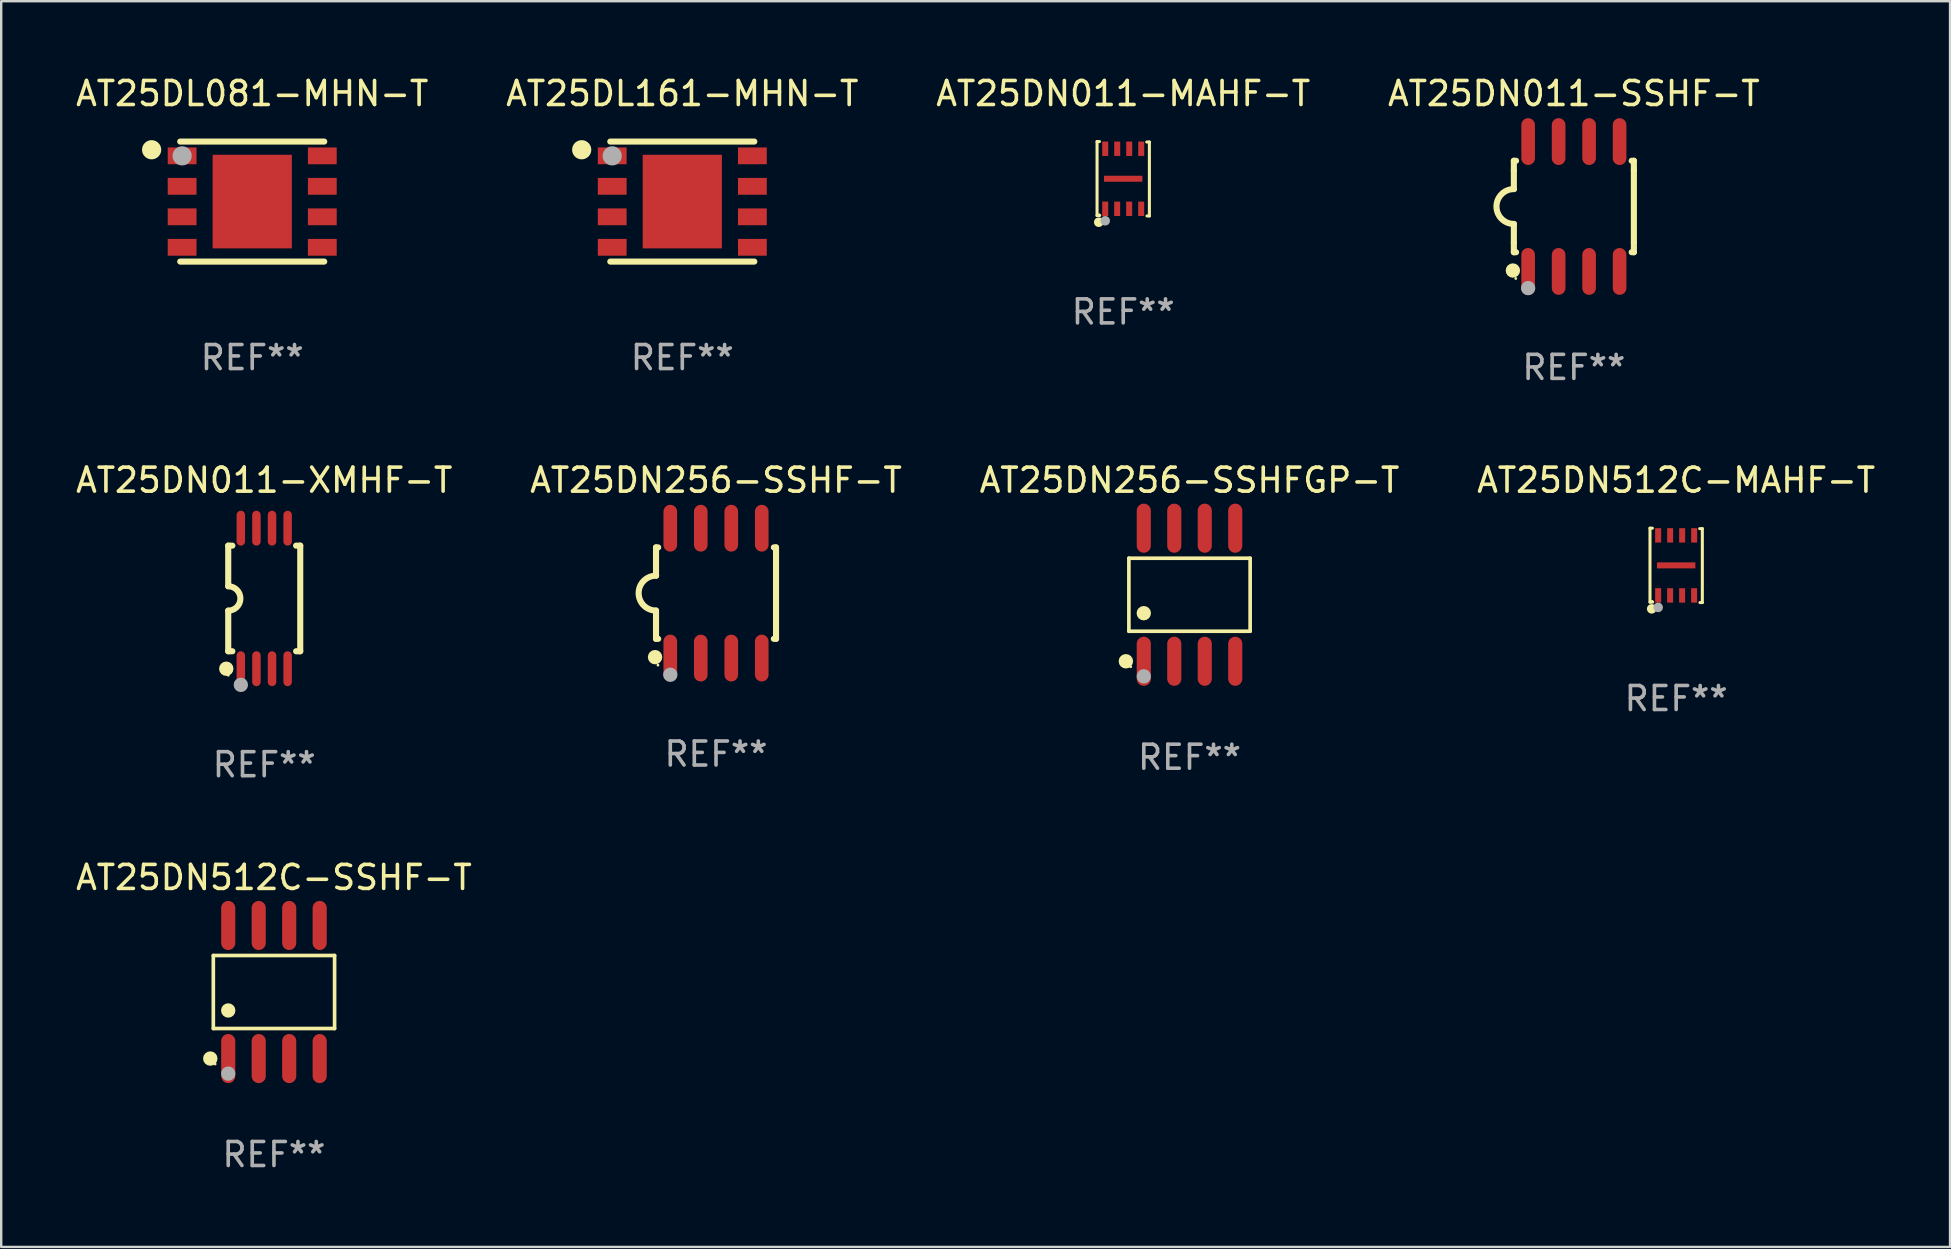
<source format=kicad_pcb>
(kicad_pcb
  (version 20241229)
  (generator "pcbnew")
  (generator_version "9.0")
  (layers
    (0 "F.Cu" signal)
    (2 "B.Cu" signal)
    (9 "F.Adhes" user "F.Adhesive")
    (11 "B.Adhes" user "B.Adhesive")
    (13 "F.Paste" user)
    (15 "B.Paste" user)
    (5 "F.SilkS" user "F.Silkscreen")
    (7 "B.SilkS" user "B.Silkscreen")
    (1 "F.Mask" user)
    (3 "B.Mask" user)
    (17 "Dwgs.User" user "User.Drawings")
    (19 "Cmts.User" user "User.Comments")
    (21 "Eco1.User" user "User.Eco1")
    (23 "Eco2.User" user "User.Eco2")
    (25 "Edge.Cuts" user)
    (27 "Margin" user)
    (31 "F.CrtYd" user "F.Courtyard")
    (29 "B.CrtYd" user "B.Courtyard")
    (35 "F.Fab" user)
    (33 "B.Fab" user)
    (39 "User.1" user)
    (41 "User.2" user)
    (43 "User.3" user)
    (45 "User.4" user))
  (footprint "AT25DN256-SSHFGP-T"
    (layer "F.Cu")
    (at 46.506 21.727)
    (property "Reference" "AT25DN256-SSHFGP-T" (at 0 -4.772 0) (layer "F.SilkS") (effects (font (size 1 1) (thickness 0.15))))
    (attr through_hole)
    (fp_line (start -2.526 -1.521) (end 2.526 -1.521) (stroke (width 0.152) (type solid)) (layer "F.SilkS"))
    (fp_line (start -2.526 1.521) (end -2.526 -1.521) (stroke (width 0.152) (type solid)) (layer "F.SilkS"))
    (fp_line (start 2.526 -1.521) (end 2.526 1.521) (stroke (width 0.152) (type solid)) (layer "F.SilkS"))
    (fp_line (start 2.526 1.521) (end -2.526 1.521) (stroke (width 0.152) (type solid)) (layer "F.SilkS"))
    (fp_circle (center -2.652 2.772) (end -2.501 2.772) (stroke (width 0.3) (type solid)) (fill no) (layer "F.SilkS"))
    (fp_circle (center -2.45 3) (end -2.42 3) (stroke (width 0.06) (type solid)) (fill no) (layer "F.SilkS"))
    (fp_circle (center -1.905 0.769) (end -1.755 0.769) (stroke (width 0.3) (type solid)) (fill no) (layer "F.SilkS"))
    (fp_circle (center -1.905 3.4) (end -1.755 3.4) (stroke (width 0.3) (type solid)) (fill no) (layer "F.Fab"))
    (fp_text user "REF**" (at 0 6.772 0) (layer "F.Fab") (effects (font (size 1 1) (thickness 0.15))))
    (pad "1" smd oval (at -1.905 2.772) (size 0.588 2.045) (layers "F.Cu" "F.Mask" "F.Paste"))
    (pad "2" smd oval (at -0.635 2.772) (size 0.588 2.045) (layers "F.Cu" "F.Mask" "F.Paste"))
    (pad "3" smd oval (at 0.635 2.772) (size 0.588 2.045) (layers "F.Cu" "F.Mask" "F.Paste"))
    (pad "4" smd oval (at 1.905 2.772) (size 0.588 2.045) (layers "F.Cu" "F.Mask" "F.Paste"))
    (pad "5" smd oval (at 1.905 -2.772) (size 0.588 2.045) (layers "F.Cu" "F.Mask" "F.Paste"))
    (pad "6" smd oval (at 0.635 -2.772) (size 0.588 2.045) (layers "F.Cu" "F.Mask" "F.Paste"))
    (pad "7" smd oval (at -0.635 -2.772) (size 0.588 2.045) (layers "F.Cu" "F.Mask" "F.Paste"))
    (pad "8" smd oval (at -1.905 -2.772) (size 0.588 2.045) (layers "F.Cu" "F.Mask" "F.Paste")))
  (footprint "AT25DN256-SSHF-T"
    (layer "F.Cu")
    (at 26.78 21.66)
    (property "Reference" "AT25DN256-SSHF-T" (at 0 -4.705 0) (layer "F.SilkS") (effects (font (size 1 1) (thickness 0.15))))
    (attr through_hole)
    (fp_line (start -2.5 -1.905) (end -2.409 -1.905) (stroke (width 0.254) (type solid)) (layer "F.SilkS"))
    (fp_line (start -2.5 -1.5) (end -2.5 -1.905) (stroke (width 0.254) (type solid)) (layer "F.SilkS"))
    (fp_line (start -2.5 -1.5) (end -2.5 -0.726) (stroke (width 0.254) (type solid)) (layer "F.SilkS"))
    (fp_line (start -2.5 1.5) (end -2.5 0.727) (stroke (width 0.254) (type solid)) (layer "F.SilkS"))
    (fp_line (start -2.5 1.5) (end -2.5 1.905) (stroke (width 0.254) (type solid)) (layer "F.SilkS"))
    (fp_line (start -2.5 1.905) (end -2.409 1.905) (stroke (width 0.254) (type solid)) (layer "F.SilkS"))
    (fp_line (start 2.5 -1.905) (end 2.409 -1.905) (stroke (width 0.254) (type solid)) (layer "F.SilkS"))
    (fp_line (start 2.5 -1.5) (end 2.5 -1.905) (stroke (width 0.254) (type solid)) (layer "F.SilkS"))
    (fp_line (start 2.5 -1.5) (end 2.5 1.5) (stroke (width 0.254) (type solid)) (layer "F.SilkS"))
    (fp_line (start 2.5 1.5) (end 2.5 1.905) (stroke (width 0.254) (type solid)) (layer "F.SilkS"))
    (fp_line (start 2.5 1.905) (end 2.409 1.905) (stroke (width 0.254) (type solid)) (layer "F.SilkS"))
    (fp_arc (start -2.5 0.726568) (mid -3.220316 -0.0023) (end -2.495097 -0.726289) (stroke (width 0.254001) (type solid)) (layer "F.SilkS"))
    (fp_circle (center -2.54 2.667) (end -2.39 2.667) (stroke (width 0.3) (type solid)) (fill no) (layer "F.SilkS"))
    (fp_circle (center -2.42 3) (end -2.39 3) (stroke (width 0.06) (type solid)) (fill no) (layer "F.SilkS"))
    (fp_circle (center -1.905 3.4) (end -1.755 3.4) (stroke (width 0.3) (type solid)) (fill no) (layer "F.Fab"))
    (fp_text user "REF**" (at 0 6.705 0) (layer "F.Fab") (effects (font (size 1 1) (thickness 0.15))))
    (pad "1" smd oval (at -1.905 2.705) (size 0.568 1.95) (layers "F.Cu" "F.Mask" "F.Paste"))
    (pad "2" smd oval (at -0.635 2.705) (size 0.568 1.95) (layers "F.Cu" "F.Mask" "F.Paste"))
    (pad "3" smd oval (at 0.635 2.705) (size 0.568 1.95) (layers "F.Cu" "F.Mask" "F.Paste"))
    (pad "4" smd oval (at 1.905 2.705) (size 0.568 1.95) (layers "F.Cu" "F.Mask" "F.Paste"))
    (pad "5" smd oval (at 1.905 -2.705) (size 0.568 1.95) (layers "F.Cu" "F.Mask" "F.Paste"))
    (pad "6" smd oval (at 0.635 -2.705) (size 0.568 1.95) (layers "F.Cu" "F.Mask" "F.Paste"))
    (pad "7" smd oval (at -0.635 -2.705) (size 0.568 1.95) (layers "F.Cu" "F.Mask" "F.Paste"))
    (pad "8" smd oval (at -1.905 -2.705) (size 0.568 1.95) (layers "F.Cu" "F.Mask" "F.Paste")))
  (footprint "AT25DN011-XMHF-T"
    (layer "F.Cu")
    (at 7.958 21.882)
    (property "Reference" "AT25DN011-XMHF-T" (at 0 -4.927 0) (layer "F.SilkS") (effects (font (size 1 1) (thickness 0.15))))
    (attr through_hole)
    (fp_line (start -1.5 -2.2) (end -1.5 -0.508) (stroke (width 0.254) (type solid)) (layer "F.SilkS"))
    (fp_line (start -1.5 -2.2) (end -1.328 -2.2) (stroke (width 0.254) (type solid)) (layer "F.SilkS"))
    (fp_line (start -1.5 2.2) (end -1.5 0.508) (stroke (width 0.254) (type solid)) (layer "F.SilkS"))
    (fp_line (start -1.5 2.2) (end -1.328 2.2) (stroke (width 0.254) (type solid)) (layer "F.SilkS"))
    (fp_line (start 1.328 -2.2) (end 1.5 -2.2) (stroke (width 0.254) (type solid)) (layer "F.SilkS"))
    (fp_line (start 1.328 2.2) (end 1.5 2.2) (stroke (width 0.254) (type solid)) (layer "F.SilkS"))
    (fp_line (start 1.5 -2.2) (end 1.5 2.2) (stroke (width 0.254) (type solid)) (layer "F.SilkS"))
    (fp_arc (start -1.501144 -0.508) (mid -0.993143 -0.000571) (end -1.5 0.508001) (stroke (width 0.254001) (type solid)) (layer "F.SilkS"))
    (fp_circle (center -1.581 2.927) (end -1.431 2.927) (stroke (width 0.3) (type solid)) (fill no) (layer "F.SilkS"))
    (fp_circle (center -1.5 3.2) (end -1.47 3.2) (stroke (width 0.06) (type solid)) (fill no) (layer "F.SilkS"))
    (fp_circle (center -0.975 3.6) (end -0.825 3.6) (stroke (width 0.3) (type solid)) (fill no) (layer "F.Fab"))
    (fp_text user "REF**" (at 0 6.927 0) (layer "F.Fab") (effects (font (size 1 1) (thickness 0.15))))
    (pad "1" smd oval (at -0.975 2.927) (size 0.353 1.454) (layers "F.Cu" "F.Mask" "F.Paste"))
    (pad "2" smd oval (at -0.325 2.927) (size 0.353 1.454) (layers "F.Cu" "F.Mask" "F.Paste"))
    (pad "3" smd oval (at 0.325 2.927) (size 0.353 1.454) (layers "F.Cu" "F.Mask" "F.Paste"))
    (pad "4" smd oval (at 0.975 2.927) (size 0.353 1.454) (layers "F.Cu" "F.Mask" "F.Paste"))
    (pad "5" smd oval (at 0.975 -2.927) (size 0.353 1.454) (layers "F.Cu" "F.Mask" "F.Paste"))
    (pad "6" smd oval (at 0.325 -2.927) (size 0.353 1.454) (layers "F.Cu" "F.Mask" "F.Paste"))
    (pad "7" smd oval (at -0.325 -2.927) (size 0.353 1.454) (layers "F.Cu" "F.Mask" "F.Paste"))
    (pad "8" smd oval (at -0.975 -2.927) (size 0.353 1.454) (layers "F.Cu" "F.Mask" "F.Paste")))
  (footprint "AT25DL081-MHN-T"
    (layer "F.Cu")
    (at 7.458 5.348)
    (property "Reference" "AT25DL081-MHN-T" (at 0 -4.5 0) (layer "F.SilkS") (effects (font (size 1 1) (thickness 0.15))))
    (attr through_hole)
    (fp_line (start 3 -2.5) (end -3 -2.5) (stroke (width 0.254) (type solid)) (layer "F.SilkS"))
    (fp_line (start 3 2.5) (end -3 2.5) (stroke (width 0.254) (type solid)) (layer "F.SilkS"))
    (fp_circle (center -4.191 -2.159) (end -3.991 -2.159) (stroke (width 0.4) (type solid)) (fill no) (layer "F.SilkS"))
    (fp_circle (center -3 -2.5) (end -2.97 -2.5) (stroke (width 0.06) (type solid)) (fill no) (layer "F.SilkS"))
    (fp_circle (center -2.92 -1.905) (end -2.72 -1.905) (stroke (width 0.4) (type solid)) (fill no) (layer "F.Fab"))
    (fp_text user "REF**" (at 0 6.5 0) (layer "F.Fab") (effects (font (size 1 1) (thickness 0.15))))
    (pad "1" smd rect (at -2.92 -1.905) (size 1.2 0.7) (layers "F.Cu" "F.Mask" "F.Paste"))
    (pad "2" smd rect (at -2.92 -0.635) (size 1.2 0.7) (layers "F.Cu" "F.Mask" "F.Paste"))
    (pad "3" smd rect (at -2.92 0.635) (size 1.2 0.7) (layers "F.Cu" "F.Mask" "F.Paste"))
    (pad "4" smd rect (at -2.92 1.905) (size 1.2 0.7) (layers "F.Cu" "F.Mask" "F.Paste"))
    (pad "5" smd rect (at 2.92 1.905) (size 1.2 0.7) (layers "F.Cu" "F.Mask" "F.Paste"))
    (pad "6" smd rect (at 2.92 0.635) (size 1.2 0.7) (layers "F.Cu" "F.Mask" "F.Paste"))
    (pad "7" smd rect (at 2.92 -0.635) (size 1.2 0.7) (layers "F.Cu" "F.Mask" "F.Paste"))
    (pad "8" smd rect (at 2.92 -1.905) (size 1.2 0.7) (layers "F.Cu" "F.Mask" "F.Paste"))
    (pad "9" smd rect (at 0 0) (size 3.3 3.9) (layers "F.Cu" "F.Mask" "F.Paste")))
  (footprint "AT25DN512C-SSHF-T"
    (layer "F.Cu")
    (at 8.363 38.278)
    (property "Reference" "AT25DN512C-SSHF-T" (at 0 -4.772 0) (layer "F.SilkS") (effects (font (size 1 1) (thickness 0.15))))
    (attr through_hole)
    (fp_line (start -2.526 -1.521) (end 2.526 -1.521) (stroke (width 0.152) (type solid)) (layer "F.SilkS"))
    (fp_line (start -2.526 1.521) (end -2.526 -1.521) (stroke (width 0.152) (type solid)) (layer "F.SilkS"))
    (fp_line (start 2.526 -1.521) (end 2.526 1.521) (stroke (width 0.152) (type solid)) (layer "F.SilkS"))
    (fp_line (start 2.526 1.521) (end -2.526 1.521) (stroke (width 0.152) (type solid)) (layer "F.SilkS"))
    (fp_circle (center -2.652 2.772) (end -2.501 2.772) (stroke (width 0.3) (type solid)) (fill no) (layer "F.SilkS"))
    (fp_circle (center -2.45 3) (end -2.42 3) (stroke (width 0.06) (type solid)) (fill no) (layer "F.SilkS"))
    (fp_circle (center -1.905 0.769) (end -1.755 0.769) (stroke (width 0.3) (type solid)) (fill no) (layer "F.SilkS"))
    (fp_circle (center -1.905 3.4) (end -1.755 3.4) (stroke (width 0.3) (type solid)) (fill no) (layer "F.Fab"))
    (fp_text user "REF**" (at 0 6.772 0) (layer "F.Fab") (effects (font (size 1 1) (thickness 0.15))))
    (pad "1" smd oval (at -1.905 2.772) (size 0.588 2.045) (layers "F.Cu" "F.Mask" "F.Paste"))
    (pad "2" smd oval (at -0.635 2.772) (size 0.588 2.045) (layers "F.Cu" "F.Mask" "F.Paste"))
    (pad "3" smd oval (at 0.635 2.772) (size 0.588 2.045) (layers "F.Cu" "F.Mask" "F.Paste"))
    (pad "4" smd oval (at 1.905 2.772) (size 0.588 2.045) (layers "F.Cu" "F.Mask" "F.Paste"))
    (pad "5" smd oval (at 1.905 -2.772) (size 0.588 2.045) (layers "F.Cu" "F.Mask" "F.Paste"))
    (pad "6" smd oval (at 0.635 -2.772) (size 0.588 2.045) (layers "F.Cu" "F.Mask" "F.Paste"))
    (pad "7" smd oval (at -0.635 -2.772) (size 0.588 2.045) (layers "F.Cu" "F.Mask" "F.Paste"))
    (pad "8" smd oval (at -1.905 -2.772) (size 0.588 2.045) (layers "F.Cu" "F.Mask" "F.Paste")))
  (footprint "AT25DN512C-MAHF-T"
    (layer "F.Cu")
    (at 66.78 20.504)
    (property "Reference" "AT25DN512C-MAHF-T" (at 0 -3.549 0) (layer "F.SilkS") (effects (font (size 1 1) (thickness 0.15))))
    (attr through_hole)
    (fp_line (start -1.09 -1.549) (end -1.09 1.531) (stroke (width 0.127) (type solid)) (layer "F.SilkS"))
    (fp_line (start -1.09 1.531) (end -0.98 1.531) (stroke (width 0.127) (type solid)) (layer "F.SilkS"))
    (fp_line (start -0.99 -1.549) (end -1.09 -1.549) (stroke (width 0.127) (type solid)) (layer "F.SilkS"))
    (fp_line (start 0.99 1.549) (end 1.09 1.549) (stroke (width 0.127) (type solid)) (layer "F.SilkS"))
    (fp_line (start 1.09 -1.531) (end 0.98 -1.531) (stroke (width 0.127) (type solid)) (layer "F.SilkS"))
    (fp_line (start 1.09 1.549) (end 1.09 -1.531) (stroke (width 0.127) (type solid)) (layer "F.SilkS"))
    (fp_circle (center -1.02 1.811) (end -0.92 1.811) (stroke (width 0.2) (type solid)) (fill no) (layer "F.SilkS"))
    (fp_circle (center -1 1.5) (end -0.97 1.5) (stroke (width 0.06) (type solid)) (fill no) (layer "F.SilkS"))
    (fp_circle (center -0.75 1.751) (end -0.65 1.751) (stroke (width 0.2) (type solid)) (fill no) (layer "F.Fab"))
    (fp_text user "REF**" (at 0 5.549 0) (layer "F.Fab") (effects (font (size 1 1) (thickness 0.15))))
    (pad "1" smd rect (at -0.75 1.25 180) (size 0.25 0.6) (layers "F.Cu" "F.Mask" "F.Paste"))
    (pad "2" smd rect (at -0.252 1.252 180) (size 0.25 0.6) (layers "F.Cu" "F.Mask" "F.Paste"))
    (pad "3" smd rect (at 0.248 1.252 180) (size 0.25 0.6) (layers "F.Cu" "F.Mask" "F.Paste"))
    (pad "4" smd rect (at 0.748 1.252 180) (size 0.25 0.6) (layers "F.Cu" "F.Mask" "F.Paste"))
    (pad "5" smd rect (at 0.75 -1.25 180) (size 0.25 0.6) (layers "F.Cu" "F.Mask" "F.Paste"))
    (pad "6" smd rect (at 0.25 -1.25 180) (size 0.25 0.6) (layers "F.Cu" "F.Mask" "F.Paste"))
    (pad "7" smd rect (at -0.25 -1.25 180) (size 0.25 0.6) (layers "F.Cu" "F.Mask" "F.Paste"))
    (pad "8" smd rect (at -0.75 -1.25 180) (size 0.25 0.6) (layers "F.Cu" "F.Mask" "F.Paste"))
    (pad "9" smd rect (at -0.000102 0 270) (size 0.25 1.6) (layers "F.Cu" "F.Mask" "F.Paste")))
  (footprint "AT25DN011-SSHF-T"
    (layer "F.Cu")
    (at 62.518 5.553)
    (property "Reference" "AT25DN011-SSHF-T" (at 0 -4.705 0) (layer "F.SilkS") (effects (font (size 1 1) (thickness 0.15))))
    (attr through_hole)
    (fp_line (start -2.5 -1.905) (end -2.409 -1.905) (stroke (width 0.254) (type solid)) (layer "F.SilkS"))
    (fp_line (start -2.5 -1.5) (end -2.5 -1.905) (stroke (width 0.254) (type solid)) (layer "F.SilkS"))
    (fp_line (start -2.5 -1.5) (end -2.5 -0.726) (stroke (width 0.254) (type solid)) (layer "F.SilkS"))
    (fp_line (start -2.5 1.5) (end -2.5 0.727) (stroke (width 0.254) (type solid)) (layer "F.SilkS"))
    (fp_line (start -2.5 1.5) (end -2.5 1.905) (stroke (width 0.254) (type solid)) (layer "F.SilkS"))
    (fp_line (start -2.5 1.905) (end -2.409 1.905) (stroke (width 0.254) (type solid)) (layer "F.SilkS"))
    (fp_line (start 2.5 -1.905) (end 2.409 -1.905) (stroke (width 0.254) (type solid)) (layer "F.SilkS"))
    (fp_line (start 2.5 -1.5) (end 2.5 -1.905) (stroke (width 0.254) (type solid)) (layer "F.SilkS"))
    (fp_line (start 2.5 -1.5) (end 2.5 1.5) (stroke (width 0.254) (type solid)) (layer "F.SilkS"))
    (fp_line (start 2.5 1.5) (end 2.5 1.905) (stroke (width 0.254) (type solid)) (layer "F.SilkS"))
    (fp_line (start 2.5 1.905) (end 2.409 1.905) (stroke (width 0.254) (type solid)) (layer "F.SilkS"))
    (fp_arc (start -2.5 0.726568) (mid -3.220316 -0.0023) (end -2.495097 -0.726289) (stroke (width 0.254001) (type solid)) (layer "F.SilkS"))
    (fp_circle (center -2.54 2.667) (end -2.39 2.667) (stroke (width 0.3) (type solid)) (fill no) (layer "F.SilkS"))
    (fp_circle (center -2.42 3) (end -2.39 3) (stroke (width 0.06) (type solid)) (fill no) (layer "F.SilkS"))
    (fp_circle (center -1.905 3.4) (end -1.755 3.4) (stroke (width 0.3) (type solid)) (fill no) (layer "F.Fab"))
    (fp_text user "REF**" (at 0 6.705 0) (layer "F.Fab") (effects (font (size 1 1) (thickness 0.15))))
    (pad "1" smd oval (at -1.905 2.705) (size 0.568 1.95) (layers "F.Cu" "F.Mask" "F.Paste"))
    (pad "2" smd oval (at -0.635 2.705) (size 0.568 1.95) (layers "F.Cu" "F.Mask" "F.Paste"))
    (pad "3" smd oval (at 0.635 2.705) (size 0.568 1.95) (layers "F.Cu" "F.Mask" "F.Paste"))
    (pad "4" smd oval (at 1.905 2.705) (size 0.568 1.95) (layers "F.Cu" "F.Mask" "F.Paste"))
    (pad "5" smd oval (at 1.905 -2.705) (size 0.568 1.95) (layers "F.Cu" "F.Mask" "F.Paste"))
    (pad "6" smd oval (at 0.635 -2.705) (size 0.568 1.95) (layers "F.Cu" "F.Mask" "F.Paste"))
    (pad "7" smd oval (at -0.635 -2.705) (size 0.568 1.95) (layers "F.Cu" "F.Mask" "F.Paste"))
    (pad "8" smd oval (at -1.905 -2.705) (size 0.568 1.95) (layers "F.Cu" "F.Mask" "F.Paste")))
  (footprint "AT25DL161-MHN-T"
    (layer "F.Cu")
    (at 25.375 5.348)
    (property "Reference" "AT25DL161-MHN-T" (at 0 -4.5 0) (layer "F.SilkS") (effects (font (size 1 1) (thickness 0.15))))
    (attr through_hole)
    (fp_line (start 3 -2.5) (end -3 -2.5) (stroke (width 0.254) (type solid)) (layer "F.SilkS"))
    (fp_line (start 3 2.5) (end -3 2.5) (stroke (width 0.254) (type solid)) (layer "F.SilkS"))
    (fp_circle (center -4.191 -2.159) (end -3.991 -2.159) (stroke (width 0.4) (type solid)) (fill no) (layer "F.SilkS"))
    (fp_circle (center -3 -2.5) (end -2.97 -2.5) (stroke (width 0.06) (type solid)) (fill no) (layer "F.SilkS"))
    (fp_circle (center -2.92 -1.905) (end -2.72 -1.905) (stroke (width 0.4) (type solid)) (fill no) (layer "F.Fab"))
    (fp_text user "REF**" (at 0 6.5 0) (layer "F.Fab") (effects (font (size 1 1) (thickness 0.15))))
    (pad "1" smd rect (at -2.92 -1.905) (size 1.2 0.7) (layers "F.Cu" "F.Mask" "F.Paste"))
    (pad "2" smd rect (at -2.92 -0.635) (size 1.2 0.7) (layers "F.Cu" "F.Mask" "F.Paste"))
    (pad "3" smd rect (at -2.92 0.635) (size 1.2 0.7) (layers "F.Cu" "F.Mask" "F.Paste"))
    (pad "4" smd rect (at -2.92 1.905) (size 1.2 0.7) (layers "F.Cu" "F.Mask" "F.Paste"))
    (pad "5" smd rect (at 2.92 1.905) (size 1.2 0.7) (layers "F.Cu" "F.Mask" "F.Paste"))
    (pad "6" smd rect (at 2.92 0.635) (size 1.2 0.7) (layers "F.Cu" "F.Mask" "F.Paste"))
    (pad "7" smd rect (at 2.92 -0.635) (size 1.2 0.7) (layers "F.Cu" "F.Mask" "F.Paste"))
    (pad "8" smd rect (at 2.92 -1.905) (size 1.2 0.7) (layers "F.Cu" "F.Mask" "F.Paste"))
    (pad "9" smd rect (at 0 0) (size 3.3 3.9) (layers "F.Cu" "F.Mask" "F.Paste")))
  (footprint "AT25DN011-MAHF-T"
    (layer "F.Cu")
    (at 43.744 4.397)
    (property "Reference" "AT25DN011-MAHF-T" (at 0 -3.549 0) (layer "F.SilkS") (effects (font (size 1 1) (thickness 0.15))))
    (attr through_hole)
    (fp_line (start -1.09 -1.549) (end -1.09 1.531) (stroke (width 0.127) (type solid)) (layer "F.SilkS"))
    (fp_line (start -1.09 1.531) (end -0.98 1.531) (stroke (width 0.127) (type solid)) (layer "F.SilkS"))
    (fp_line (start -0.99 -1.549) (end -1.09 -1.549) (stroke (width 0.127) (type solid)) (layer "F.SilkS"))
    (fp_line (start 0.99 1.549) (end 1.09 1.549) (stroke (width 0.127) (type solid)) (layer "F.SilkS"))
    (fp_line (start 1.09 -1.531) (end 0.98 -1.531) (stroke (width 0.127) (type solid)) (layer "F.SilkS"))
    (fp_line (start 1.09 1.549) (end 1.09 -1.531) (stroke (width 0.127) (type solid)) (layer "F.SilkS"))
    (fp_circle (center -1.02 1.811) (end -0.92 1.811) (stroke (width 0.2) (type solid)) (fill no) (layer "F.SilkS"))
    (fp_circle (center -1 1.5) (end -0.97 1.5) (stroke (width 0.06) (type solid)) (fill no) (layer "F.SilkS"))
    (fp_circle (center -0.75 1.751) (end -0.65 1.751) (stroke (width 0.2) (type solid)) (fill no) (layer "F.Fab"))
    (fp_text user "REF**" (at 0 5.549 0) (layer "F.Fab") (effects (font (size 1 1) (thickness 0.15))))
    (pad "1" smd rect (at -0.75 1.25 180) (size 0.25 0.6) (layers "F.Cu" "F.Mask" "F.Paste"))
    (pad "2" smd rect (at -0.252 1.252 180) (size 0.25 0.6) (layers "F.Cu" "F.Mask" "F.Paste"))
    (pad "3" smd rect (at 0.248 1.252 180) (size 0.25 0.6) (layers "F.Cu" "F.Mask" "F.Paste"))
    (pad "4" smd rect (at 0.748 1.252 180) (size 0.25 0.6) (layers "F.Cu" "F.Mask" "F.Paste"))
    (pad "5" smd rect (at 0.75 -1.25 180) (size 0.25 0.6) (layers "F.Cu" "F.Mask" "F.Paste"))
    (pad "6" smd rect (at 0.25 -1.25 180) (size 0.25 0.6) (layers "F.Cu" "F.Mask" "F.Paste"))
    (pad "7" smd rect (at -0.25 -1.25 180) (size 0.25 0.6) (layers "F.Cu" "F.Mask" "F.Paste"))
    (pad "8" smd rect (at -0.75 -1.25 180) (size 0.25 0.6) (layers "F.Cu" "F.Mask" "F.Paste"))
    (pad "9" smd rect (at -0.000102 0 270) (size 0.25 1.6) (layers "F.Cu" "F.Mask" "F.Paste")))
  (gr_rect
    (start -3 -3)
    (end 78.19 48.899)
    (stroke (width 0.1) (type default))
    (fill no)
    (layer "Edge.Cuts")))
</source>
